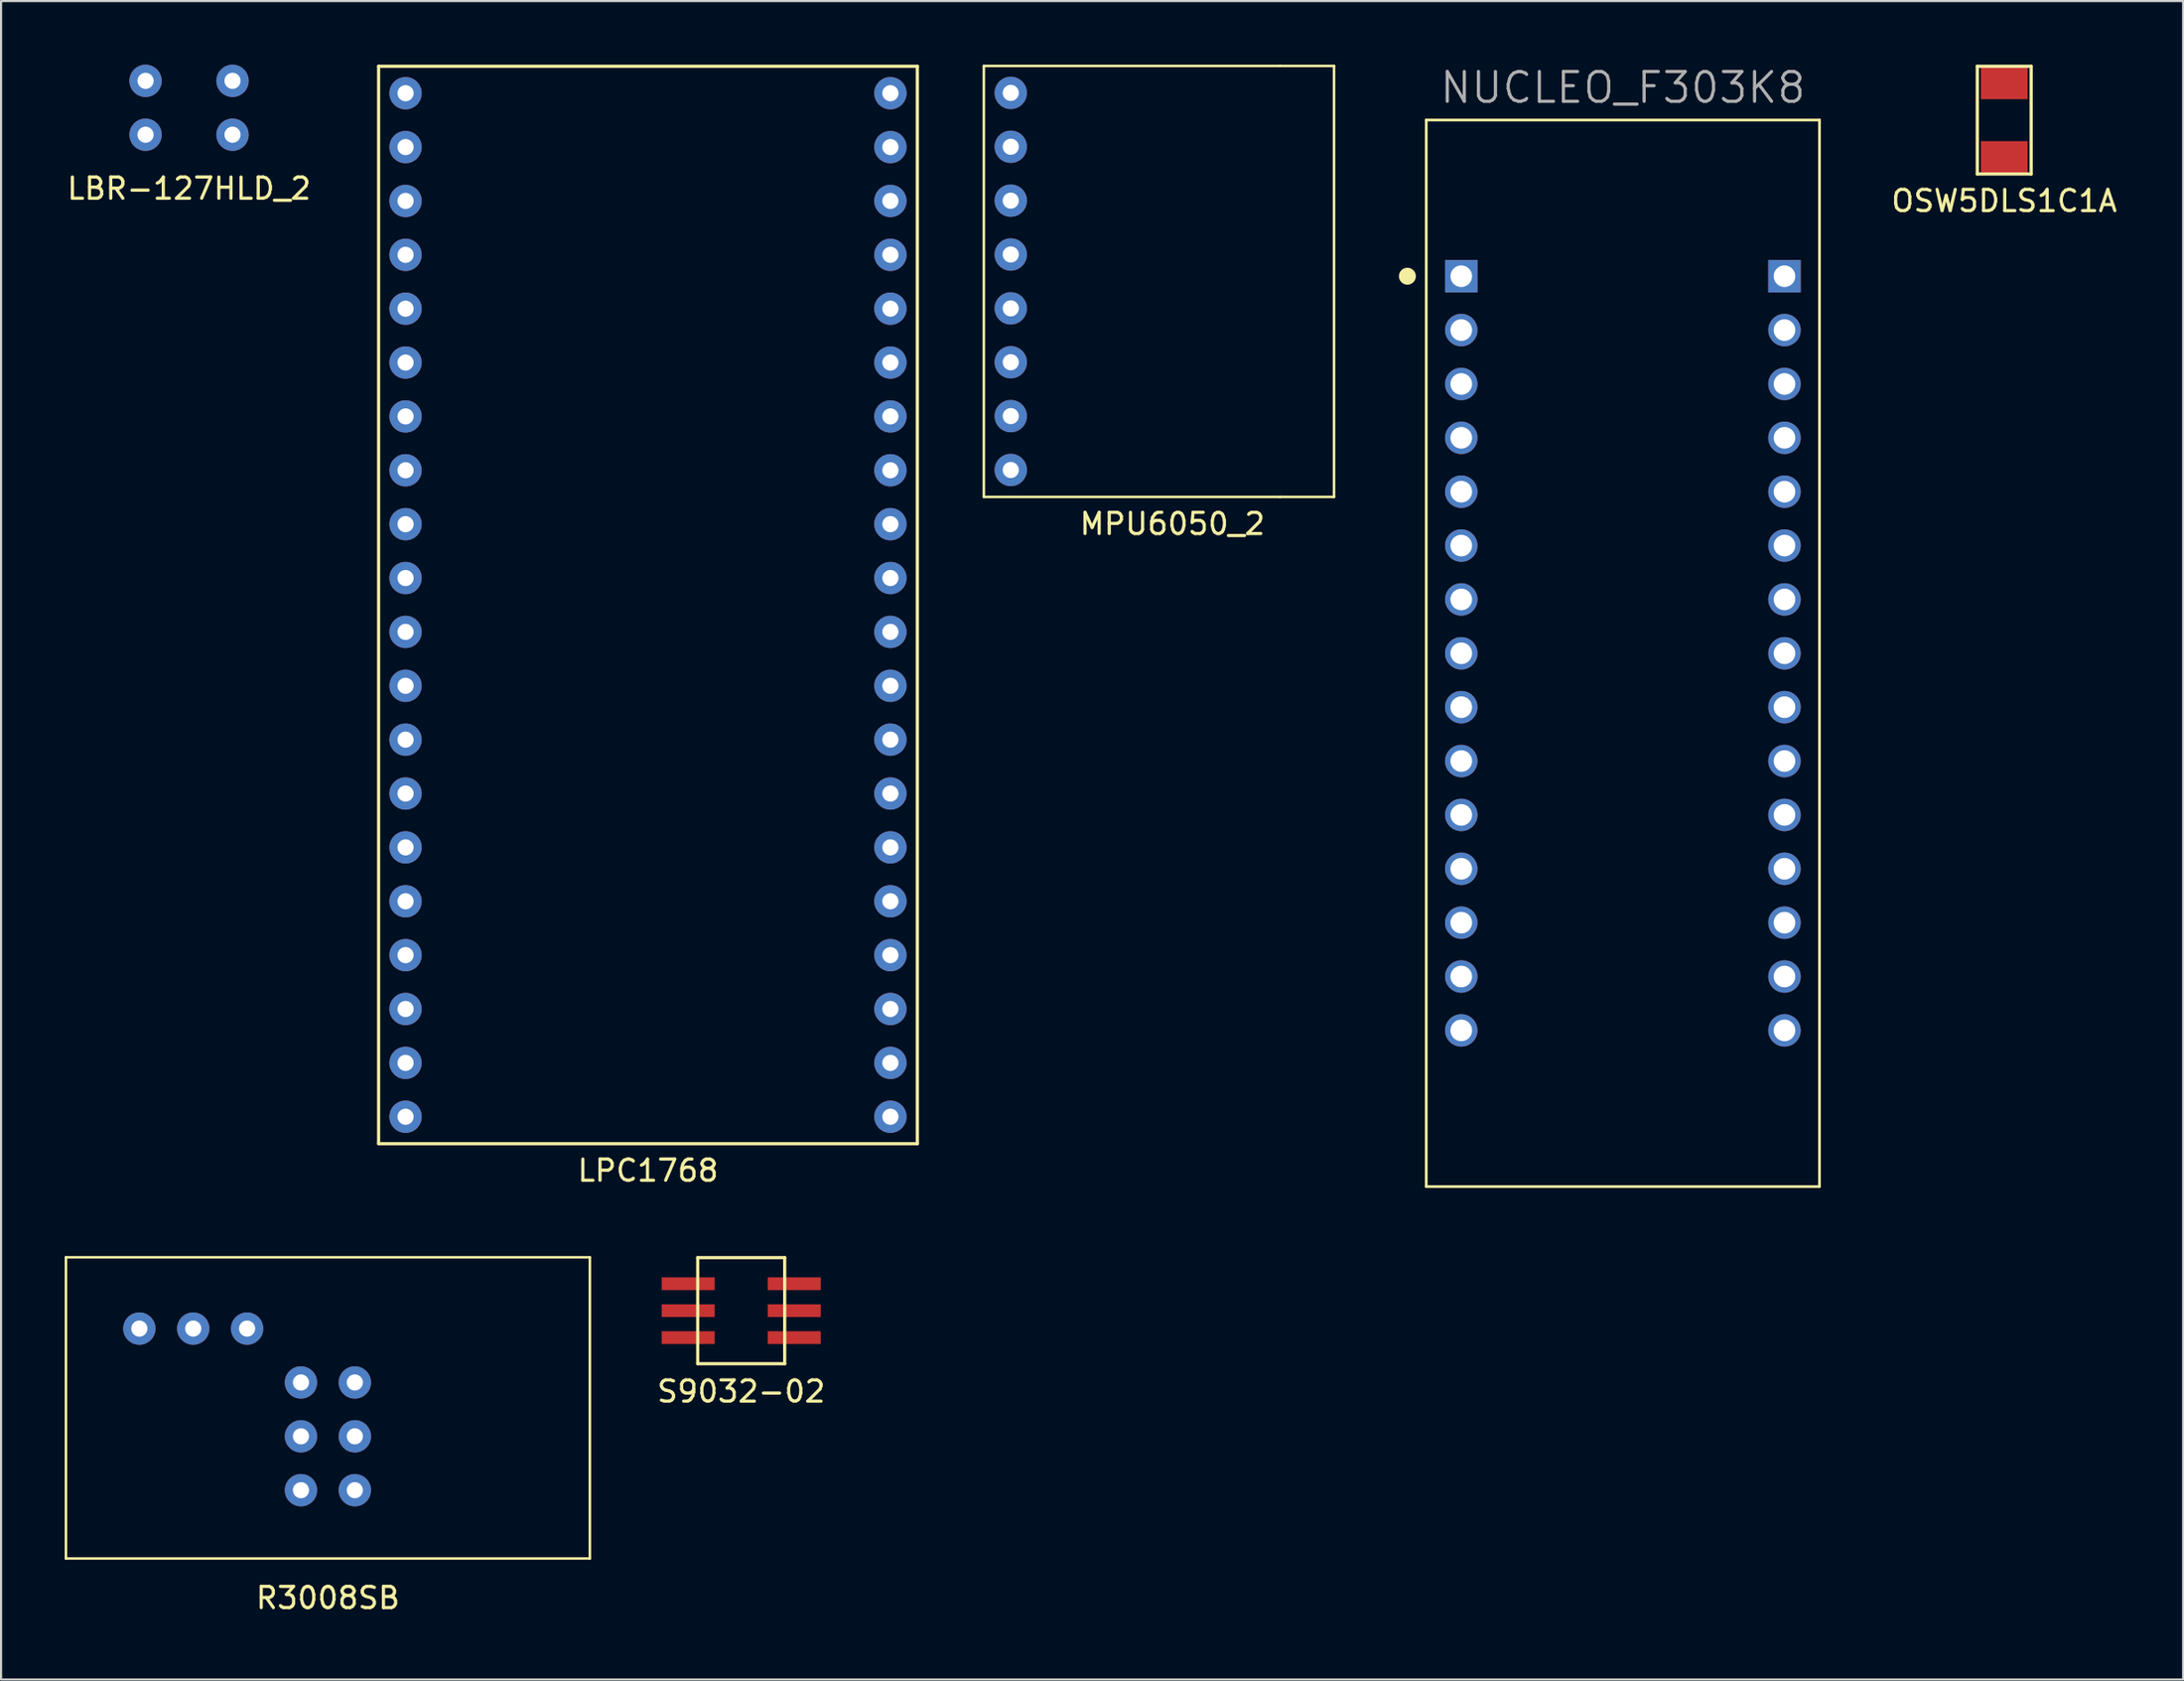
<source format=kicad_pcb>
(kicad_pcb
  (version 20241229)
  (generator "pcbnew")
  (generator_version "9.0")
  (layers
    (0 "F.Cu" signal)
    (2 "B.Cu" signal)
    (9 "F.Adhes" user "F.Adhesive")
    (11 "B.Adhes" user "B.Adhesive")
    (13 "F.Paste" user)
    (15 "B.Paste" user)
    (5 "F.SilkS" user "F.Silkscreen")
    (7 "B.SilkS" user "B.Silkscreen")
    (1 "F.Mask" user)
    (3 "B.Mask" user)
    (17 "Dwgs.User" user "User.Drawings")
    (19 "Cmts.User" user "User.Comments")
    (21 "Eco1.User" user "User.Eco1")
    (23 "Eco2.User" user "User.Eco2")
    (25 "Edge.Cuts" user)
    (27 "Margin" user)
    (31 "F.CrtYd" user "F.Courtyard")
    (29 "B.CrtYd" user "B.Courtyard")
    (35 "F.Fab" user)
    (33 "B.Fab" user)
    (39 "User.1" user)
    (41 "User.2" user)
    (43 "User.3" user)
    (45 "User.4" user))
  (footprint "LBR-127HLD_2"
    (layer "F.Cu")
    (at 5.863 2.032)
    (property "Reference" "LBR-127HLD_2" (at 0 3.81 0) (layer "F.SilkS") (effects (font (size 1 1) (thickness 0.15))))
    (attr through_hole)
    (pad "1" thru_hole circle (at 2.05 -1.27) (size 1.524 1.524) (drill 0.762) (layers "*.Cu" "*.Mask"))
    (pad "2" thru_hole circle (at 2.05 1.27) (size 1.524 1.524) (drill 0.762) (layers "*.Cu" "*.Mask"))
    (pad "3" thru_hole circle (at -2.05 -1.27) (size 1.524 1.524) (drill 0.762) (layers "*.Cu" "*.Mask"))
    (pad "4" thru_hole circle (at -2.05 1.27) (size 1.524 1.524) (drill 0.762) (layers "*.Cu" "*.Mask")))
  (footprint "MPU6050_2"
    (layer "F.Cu")
    (at 52.226 10.22)
    (property "Reference" "MPU6050_2" (at 0 11.43 0) (layer "F.SilkS") (effects (font (size 1 1) (thickness 0.15))))
    (attr through_hole)
    (fp_line (start -8.89 -10.16) (end -8.89 10.16) (stroke (width 0.12) (type solid)) (layer "F.SilkS"))
    (fp_line (start -8.89 10.16) (end 5.08 10.16) (stroke (width 0.12) (type solid)) (layer "F.SilkS"))
    (fp_line (start 5.08 -10.16) (end -8.89 -10.16) (stroke (width 0.12) (type solid)) (layer "F.SilkS"))
    (fp_line (start 5.08 -10.16) (end 7.62 -10.16) (stroke (width 0.12) (type solid)) (layer "F.SilkS"))
    (fp_line (start 5.08 10.16) (end 7.62 10.16) (stroke (width 0.12) (type solid)) (layer "F.SilkS"))
    (fp_line (start 7.62 10.16) (end 7.62 -10.16) (stroke (width 0.12) (type solid)) (layer "F.SilkS"))
    (pad "1" thru_hole circle (at -7.62 -8.89) (size 1.524 1.524) (drill 0.762) (layers "*.Cu" "*.Mask"))
    (pad "2" thru_hole circle (at -7.62 -6.35) (size 1.524 1.524) (drill 0.762) (layers "*.Cu" "*.Mask"))
    (pad "3" thru_hole circle (at -7.62 -3.81) (size 1.524 1.524) (drill 0.762) (layers "*.Cu" "*.Mask"))
    (pad "4" thru_hole circle (at -7.62 -1.27) (size 1.524 1.524) (drill 0.762) (layers "*.Cu" "*.Mask"))
    (pad "5" thru_hole circle (at -7.62 1.27) (size 1.524 1.524) (drill 0.762) (layers "*.Cu" "*.Mask"))
    (pad "6" thru_hole circle (at -7.62 3.81) (size 1.524 1.524) (drill 0.762) (layers "*.Cu" "*.Mask"))
    (pad "7" thru_hole circle (at -7.62 6.35) (size 1.524 1.524) (drill 0.762) (layers "*.Cu" "*.Mask"))
    (pad "8" thru_hole circle (at -7.62 8.89) (size 1.524 1.524) (drill 0.762) (layers "*.Cu" "*.Mask")))
  (footprint "OSW5DLS1C1A"
    (layer "F.Cu")
    (at 91.446 2.615)
    (property "Reference" "OSW5DLS1C1A" (at 0 3.81 0) (layer "F.SilkS") (effects (font (size 1 1) (thickness 0.15))))
    (attr through_hole)
    (fp_line (start -1.27 -2.54) (end 1.27 -2.54) (stroke (width 0.15) (type solid)) (layer "F.SilkS"))
    (fp_line (start -1.27 2.54) (end -1.27 -2.54) (stroke (width 0.15) (type solid)) (layer "F.SilkS"))
    (fp_line (start 1.27 -2.54) (end 1.27 2.54) (stroke (width 0.15) (type solid)) (layer "F.SilkS"))
    (fp_line (start 1.27 2.54) (end -1.27 2.54) (stroke (width 0.15) (type solid)) (layer "F.SilkS"))
    (pad "1" smd rect (at 0 -1.75) (size 2.2 1.524) (layers "F.Cu" "F.Mask" "F.Paste"))
    (pad "2" smd rect (at 0 1.75) (size 2.2 1.524) (layers "F.Cu" "F.Mask" "F.Paste")))
  (footprint "NUCLEO_F303K8"
    (layer "F.Cu")
    (at 73.466 27.754)
    (property "Reference" "NUCLEO_F303K8" (at 0 -26.67 0) (layer "F.Fab") (effects (font (size 1.402 1.402) (thickness 0.15))))
    (attr through_hole)
    (fp_line (start -9.27 -25.145) (end 9.27 -25.145) (stroke (width 0.127) (type solid)) (layer "F.SilkS"))
    (fp_line (start -9.27 25.145) (end -9.27 -25.145) (stroke (width 0.127) (type solid)) (layer "F.SilkS"))
    (fp_line (start 9.27 -25.145) (end 9.27 25.145) (stroke (width 0.127) (type solid)) (layer "F.SilkS"))
    (fp_line (start 9.27 25.145) (end -9.27 25.145) (stroke (width 0.127) (type solid)) (layer "F.SilkS"))
    (fp_circle (center -10.16 -17.78) (end -9.96 -17.78) (stroke (width 0.4) (type solid)) (fill no) (layer "F.SilkS"))
    (fp_line (start -9.52 -25.395) (end 9.52 -25.395) (stroke (width 0.05) (type solid)) (layer "Eco1.User"))
    (fp_line (start -9.52 25.395) (end -9.52 -25.395) (stroke (width 0.05) (type solid)) (layer "Eco1.User"))
    (fp_line (start 9.52 -25.395) (end 9.52 25.395) (stroke (width 0.05) (type solid)) (layer "Eco1.User"))
    (fp_line (start 9.52 25.395) (end -9.52 25.395) (stroke (width 0.05) (type solid)) (layer "Eco1.User"))
    (fp_line (start -9.27 -25.145) (end 9.27 -25.145) (stroke (width 0.127) (type solid)) (layer "Eco2.User"))
    (fp_line (start -9.27 25.145) (end -9.27 -25.145) (stroke (width 0.127) (type solid)) (layer "Eco2.User"))
    (fp_line (start 9.27 -25.145) (end 9.27 25.145) (stroke (width 0.127) (type solid)) (layer "Eco2.User"))
    (fp_line (start 9.27 25.145) (end -9.27 25.145) (stroke (width 0.127) (type solid)) (layer "Eco2.User"))
    (pad "3.1" thru_hole rect (at -7.62 -17.78) (size 1.53 1.53) (drill 1.02) (layers "*.Cu" "*.Mask"))
    (pad "3.2" thru_hole circle (at -7.62 -15.24) (size 1.53 1.53) (drill 1.02) (layers "*.Cu" "*.Mask"))
    (pad "3.3" thru_hole circle (at -7.62 -12.7) (size 1.53 1.53) (drill 1.02) (layers "*.Cu" "*.Mask"))
    (pad "3.4" thru_hole circle (at -7.62 -10.16) (size 1.53 1.53) (drill 1.02) (layers "*.Cu" "*.Mask"))
    (pad "3.5" thru_hole circle (at -7.62 -7.62) (size 1.53 1.53) (drill 1.02) (layers "*.Cu" "*.Mask"))
    (pad "3.6" thru_hole circle (at -7.62 -5.08) (size 1.53 1.53) (drill 1.02) (layers "*.Cu" "*.Mask"))
    (pad "3.7" thru_hole circle (at -7.62 -2.54) (size 1.53 1.53) (drill 1.02) (layers "*.Cu" "*.Mask"))
    (pad "3.8" thru_hole circle (at -7.62 0) (size 1.53 1.53) (drill 1.02) (layers "*.Cu" "*.Mask"))
    (pad "3.9" thru_hole circle (at -7.62 2.54) (size 1.53 1.53) (drill 1.02) (layers "*.Cu" "*.Mask"))
    (pad "3.10" thru_hole circle (at -7.62 5.08) (size 1.53 1.53) (drill 1.02) (layers "*.Cu" "*.Mask"))
    (pad "3.11" thru_hole circle (at -7.62 7.62) (size 1.53 1.53) (drill 1.02) (layers "*.Cu" "*.Mask"))
    (pad "3.12" thru_hole circle (at -7.62 10.16) (size 1.53 1.53) (drill 1.02) (layers "*.Cu" "*.Mask"))
    (pad "3.13" thru_hole circle (at -7.62 12.7) (size 1.53 1.53) (drill 1.02) (layers "*.Cu" "*.Mask"))
    (pad "3.14" thru_hole circle (at -7.62 15.24) (size 1.53 1.53) (drill 1.02) (layers "*.Cu" "*.Mask"))
    (pad "3.15" thru_hole circle (at -7.62 17.78) (size 1.53 1.53) (drill 1.02) (layers "*.Cu" "*.Mask"))
    (pad "4.1" thru_hole rect (at 7.62 -17.78) (size 1.53 1.53) (drill 1.02) (layers "*.Cu" "*.Mask"))
    (pad "4.2" thru_hole circle (at 7.62 -15.24) (size 1.53 1.53) (drill 1.02) (layers "*.Cu" "*.Mask"))
    (pad "4.3" thru_hole circle (at 7.62 -12.7) (size 1.53 1.53) (drill 1.02) (layers "*.Cu" "*.Mask"))
    (pad "4.4" thru_hole circle (at 7.62 -10.16) (size 1.53 1.53) (drill 1.02) (layers "*.Cu" "*.Mask"))
    (pad "4.5" thru_hole circle (at 7.62 -7.62) (size 1.53 1.53) (drill 1.02) (layers "*.Cu" "*.Mask"))
    (pad "4.6" thru_hole circle (at 7.62 -5.08) (size 1.53 1.53) (drill 1.02) (layers "*.Cu" "*.Mask"))
    (pad "4.7" thru_hole circle (at 7.62 -2.54) (size 1.53 1.53) (drill 1.02) (layers "*.Cu" "*.Mask"))
    (pad "4.8" thru_hole circle (at 7.62 0) (size 1.53 1.53) (drill 1.02) (layers "*.Cu" "*.Mask"))
    (pad "4.9" thru_hole circle (at 7.62 2.54) (size 1.53 1.53) (drill 1.02) (layers "*.Cu" "*.Mask"))
    (pad "4.10" thru_hole circle (at 7.62 5.08) (size 1.53 1.53) (drill 1.02) (layers "*.Cu" "*.Mask"))
    (pad "4.11" thru_hole circle (at 7.62 7.62) (size 1.53 1.53) (drill 1.02) (layers "*.Cu" "*.Mask"))
    (pad "4.12" thru_hole circle (at 7.62 10.16) (size 1.53 1.53) (drill 1.02) (layers "*.Cu" "*.Mask"))
    (pad "4.13" thru_hole circle (at 7.62 12.7) (size 1.53 1.53) (drill 1.02) (layers "*.Cu" "*.Mask"))
    (pad "4.14" thru_hole circle (at 7.62 15.24) (size 1.53 1.53) (drill 1.02) (layers "*.Cu" "*.Mask"))
    (pad "4.15" thru_hole circle (at 7.62 17.78) (size 1.53 1.53) (drill 1.02) (layers "*.Cu" "*.Mask")))
  (footprint "S9032-02"
    (layer "F.Cu")
    (at 31.897 58.749)
    (property "Reference" "S9032-02" (at 0 3.81 0) (layer "F.SilkS") (effects (font (size 1 1) (thickness 0.15))))
    (attr through_hole)
    (fp_line (start -2.05 -2.5) (end 2.05 -2.5) (stroke (width 0.15) (type solid)) (layer "F.SilkS"))
    (fp_line (start -2.05 2.5) (end -2.05 -2.5) (stroke (width 0.15) (type solid)) (layer "F.SilkS"))
    (fp_line (start 2.05 -2.5) (end 2.05 2.5) (stroke (width 0.15) (type solid)) (layer "F.SilkS"))
    (fp_line (start 2.05 2.5) (end -2.05 2.5) (stroke (width 0.15) (type solid)) (layer "F.SilkS"))
    (pad "1" smd rect (at -2.5 -1.27) (size 2.5 0.6) (layers "F.Cu" "F.Mask" "F.Paste"))
    (pad "2" smd rect (at -2.5 0) (size 2.5 0.6) (layers "F.Cu" "F.Mask" "F.Paste"))
    (pad "3" smd rect (at -2.5 1.27) (size 2.5 0.6) (layers "F.Cu" "F.Mask" "F.Paste"))
    (pad "4" smd rect (at 2.5 1.27) (size 2.5 0.6) (layers "F.Cu" "F.Mask" "F.Paste"))
    (pad "5" smd rect (at 2.5 0) (size 2.5 0.6) (layers "F.Cu" "F.Mask" "F.Paste"))
    (pad "6" smd rect (at 2.5 -1.27) (size 2.5 0.6) (layers "F.Cu" "F.Mask" "F.Paste")))
  (footprint "R3008SB"
    (layer "F.Cu")
    (at 12.41 62.134)
    (property "Reference" "R3008SB" (at 0 10.16 0) (layer "F.SilkS") (effects (font (size 1 1) (thickness 0.15))))
    (attr through_hole)
    (fp_line (start -12.35 -5.9) (end -12.35 8.3) (stroke (width 0.12) (type solid)) (layer "F.SilkS"))
    (fp_line (start -12.35 8.3) (end 12.35 8.3) (stroke (width 0.12) (type solid)) (layer "F.SilkS"))
    (fp_line (start 12.35 -5.9) (end -12.35 -5.9) (stroke (width 0.12) (type solid)) (layer "F.SilkS"))
    (fp_line (start 12.35 8.3) (end 12.35 -5.9) (stroke (width 0.12) (type solid)) (layer "F.SilkS"))
    (pad "" thru_hole circle (at -1.27 0) (size 1.524 1.524) (drill 0.762) (layers "*.Cu" "*.Mask"))
    (pad "" thru_hole circle (at -1.27 2.54) (size 1.524 1.524) (drill 0.762) (layers "*.Cu" "*.Mask"))
    (pad "" thru_hole circle (at -1.27 5.08) (size 1.524 1.524) (drill 0.762) (layers "*.Cu" "*.Mask"))
    (pad "" thru_hole circle (at 1.27 0) (size 1.524 1.524) (drill 0.762) (layers "*.Cu" "*.Mask"))
    (pad "" thru_hole circle (at 1.27 2.54) (size 1.524 1.524) (drill 0.762) (layers "*.Cu" "*.Mask"))
    (pad "" thru_hole circle (at 1.27 5.08) (size 1.524 1.524) (drill 0.762) (layers "*.Cu" "*.Mask"))
    (pad "1" thru_hole circle (at -8.89 -2.54) (size 1.524 1.524) (drill 0.762) (layers "*.Cu" "*.Mask"))
    (pad "2" thru_hole circle (at -6.35 -2.54) (size 1.524 1.524) (drill 0.762) (layers "*.Cu" "*.Mask"))
    (pad "3" thru_hole circle (at -3.81 -2.54) (size 1.524 1.524) (drill 0.762) (layers "*.Cu" "*.Mask")))
  (footprint "LPC1768"
    (layer "F.Cu")
    (at 27.501 25.475)
    (property "Reference" "LPC1768" (at 0 26.67 0) (layer "F.SilkS") (effects (font (size 1 1) (thickness 0.15))))
    (attr through_hole)
    (fp_line (start -12.7 -25.4) (end -12.7 25.4) (stroke (width 0.15) (type solid)) (layer "F.SilkS"))
    (fp_line (start -12.7 25.4) (end 12.7 25.4) (stroke (width 0.15) (type solid)) (layer "F.SilkS"))
    (fp_line (start 12.7 -25.4) (end -12.7 -25.4) (stroke (width 0.15) (type solid)) (layer "F.SilkS"))
    (fp_line (start 12.7 25.4) (end 12.7 -25.4) (stroke (width 0.15) (type solid)) (layer "F.SilkS"))
    (pad "1" thru_hole circle (at -11.43 -24.13) (size 1.524 1.524) (drill 0.762) (layers "*.Cu" "*.Mask"))
    (pad "2" thru_hole circle (at -11.43 -21.59) (size 1.524 1.524) (drill 0.762) (layers "*.Cu" "*.Mask"))
    (pad "3" thru_hole circle (at -11.43 -19.05) (size 1.524 1.524) (drill 0.762) (layers "*.Cu" "*.Mask"))
    (pad "4" thru_hole circle (at -11.43 -16.51) (size 1.524 1.524) (drill 0.762) (layers "*.Cu" "*.Mask"))
    (pad "5" thru_hole circle (at -11.43 -13.97) (size 1.524 1.524) (drill 0.762) (layers "*.Cu" "*.Mask"))
    (pad "6" thru_hole circle (at -11.43 -11.43) (size 1.524 1.524) (drill 0.762) (layers "*.Cu" "*.Mask"))
    (pad "7" thru_hole circle (at -11.43 -8.89) (size 1.524 1.524) (drill 0.762) (layers "*.Cu" "*.Mask"))
    (pad "8" thru_hole circle (at -11.43 -6.35) (size 1.524 1.524) (drill 0.762) (layers "*.Cu" "*.Mask"))
    (pad "9" thru_hole circle (at -11.43 -3.81) (size 1.524 1.524) (drill 0.762) (layers "*.Cu" "*.Mask"))
    (pad "10" thru_hole circle (at -11.43 -1.27) (size 1.524 1.524) (drill 0.762) (layers "*.Cu" "*.Mask"))
    (pad "11" thru_hole circle (at -11.43 1.27) (size 1.524 1.524) (drill 0.762) (layers "*.Cu" "*.Mask"))
    (pad "12" thru_hole circle (at -11.43 3.81) (size 1.524 1.524) (drill 0.762) (layers "*.Cu" "*.Mask"))
    (pad "13" thru_hole circle (at -11.43 6.35) (size 1.524 1.524) (drill 0.762) (layers "*.Cu" "*.Mask"))
    (pad "14" thru_hole circle (at -11.43 8.89) (size 1.524 1.524) (drill 0.762) (layers "*.Cu" "*.Mask"))
    (pad "15" thru_hole circle (at -11.43 11.43) (size 1.524 1.524) (drill 0.762) (layers "*.Cu" "*.Mask"))
    (pad "16" thru_hole circle (at -11.43 13.97) (size 1.524 1.524) (drill 0.762) (layers "*.Cu" "*.Mask"))
    (pad "17" thru_hole circle (at -11.43 16.51) (size 1.524 1.524) (drill 0.762) (layers "*.Cu" "*.Mask"))
    (pad "18" thru_hole circle (at -11.43 19.05) (size 1.524 1.524) (drill 0.762) (layers "*.Cu" "*.Mask"))
    (pad "19" thru_hole circle (at -11.43 21.59) (size 1.524 1.524) (drill 0.762) (layers "*.Cu" "*.Mask"))
    (pad "20" thru_hole circle (at -11.43 24.13) (size 1.524 1.524) (drill 0.762) (layers "*.Cu" "*.Mask"))
    (pad "21" thru_hole circle (at 11.43 24.13) (size 1.524 1.524) (drill 0.762) (layers "*.Cu" "*.Mask"))
    (pad "22" thru_hole circle (at 11.43 21.59) (size 1.524 1.524) (drill 0.762) (layers "*.Cu" "*.Mask"))
    (pad "23" thru_hole circle (at 11.43 19.05) (size 1.524 1.524) (drill 0.762) (layers "*.Cu" "*.Mask"))
    (pad "24" thru_hole circle (at 11.43 16.51) (size 1.524 1.524) (drill 0.762) (layers "*.Cu" "*.Mask"))
    (pad "25" thru_hole circle (at 11.43 13.97) (size 1.524 1.524) (drill 0.762) (layers "*.Cu" "*.Mask"))
    (pad "26" thru_hole circle (at 11.43 11.43) (size 1.524 1.524) (drill 0.762) (layers "*.Cu" "*.Mask"))
    (pad "27" thru_hole circle (at 11.43 8.89) (size 1.524 1.524) (drill 0.762) (layers "*.Cu" "*.Mask"))
    (pad "28" thru_hole circle (at 11.43 6.35) (size 1.524 1.524) (drill 0.762) (layers "*.Cu" "*.Mask"))
    (pad "29" thru_hole circle (at 11.43 3.81) (size 1.524 1.524) (drill 0.762) (layers "*.Cu" "*.Mask"))
    (pad "30" thru_hole circle (at 11.43 1.27) (size 1.524 1.524) (drill 0.762) (layers "*.Cu" "*.Mask"))
    (pad "31" thru_hole circle (at 11.43 -1.27) (size 1.524 1.524) (drill 0.762) (layers "*.Cu" "*.Mask"))
    (pad "32" thru_hole circle (at 11.43 -3.81) (size 1.524 1.524) (drill 0.762) (layers "*.Cu" "*.Mask"))
    (pad "33" thru_hole circle (at 11.43 -6.35) (size 1.524 1.524) (drill 0.762) (layers "*.Cu" "*.Mask"))
    (pad "34" thru_hole circle (at 11.43 -8.89) (size 1.524 1.524) (drill 0.762) (layers "*.Cu" "*.Mask"))
    (pad "35" thru_hole circle (at 11.43 -11.43) (size 1.524 1.524) (drill 0.762) (layers "*.Cu" "*.Mask"))
    (pad "36" thru_hole circle (at 11.43 -13.97) (size 1.524 1.524) (drill 0.762) (layers "*.Cu" "*.Mask"))
    (pad "37" thru_hole circle (at 11.43 -16.51) (size 1.524 1.524) (drill 0.762) (layers "*.Cu" "*.Mask"))
    (pad "38" thru_hole circle (at 11.43 -19.05) (size 1.524 1.524) (drill 0.762) (layers "*.Cu" "*.Mask"))
    (pad "39" thru_hole circle (at 11.43 -21.59) (size 1.524 1.524) (drill 0.762) (layers "*.Cu" "*.Mask"))
    (pad "40" thru_hole circle (at 11.43 -24.13) (size 1.524 1.524) (drill 0.762) (layers "*.Cu" "*.Mask")))
  (gr_rect
    (start -3 -3)
    (end 99.88 76.142)
    (stroke (width 0.1) (type default))
    (fill no)
    (layer "Edge.Cuts")))
</source>
